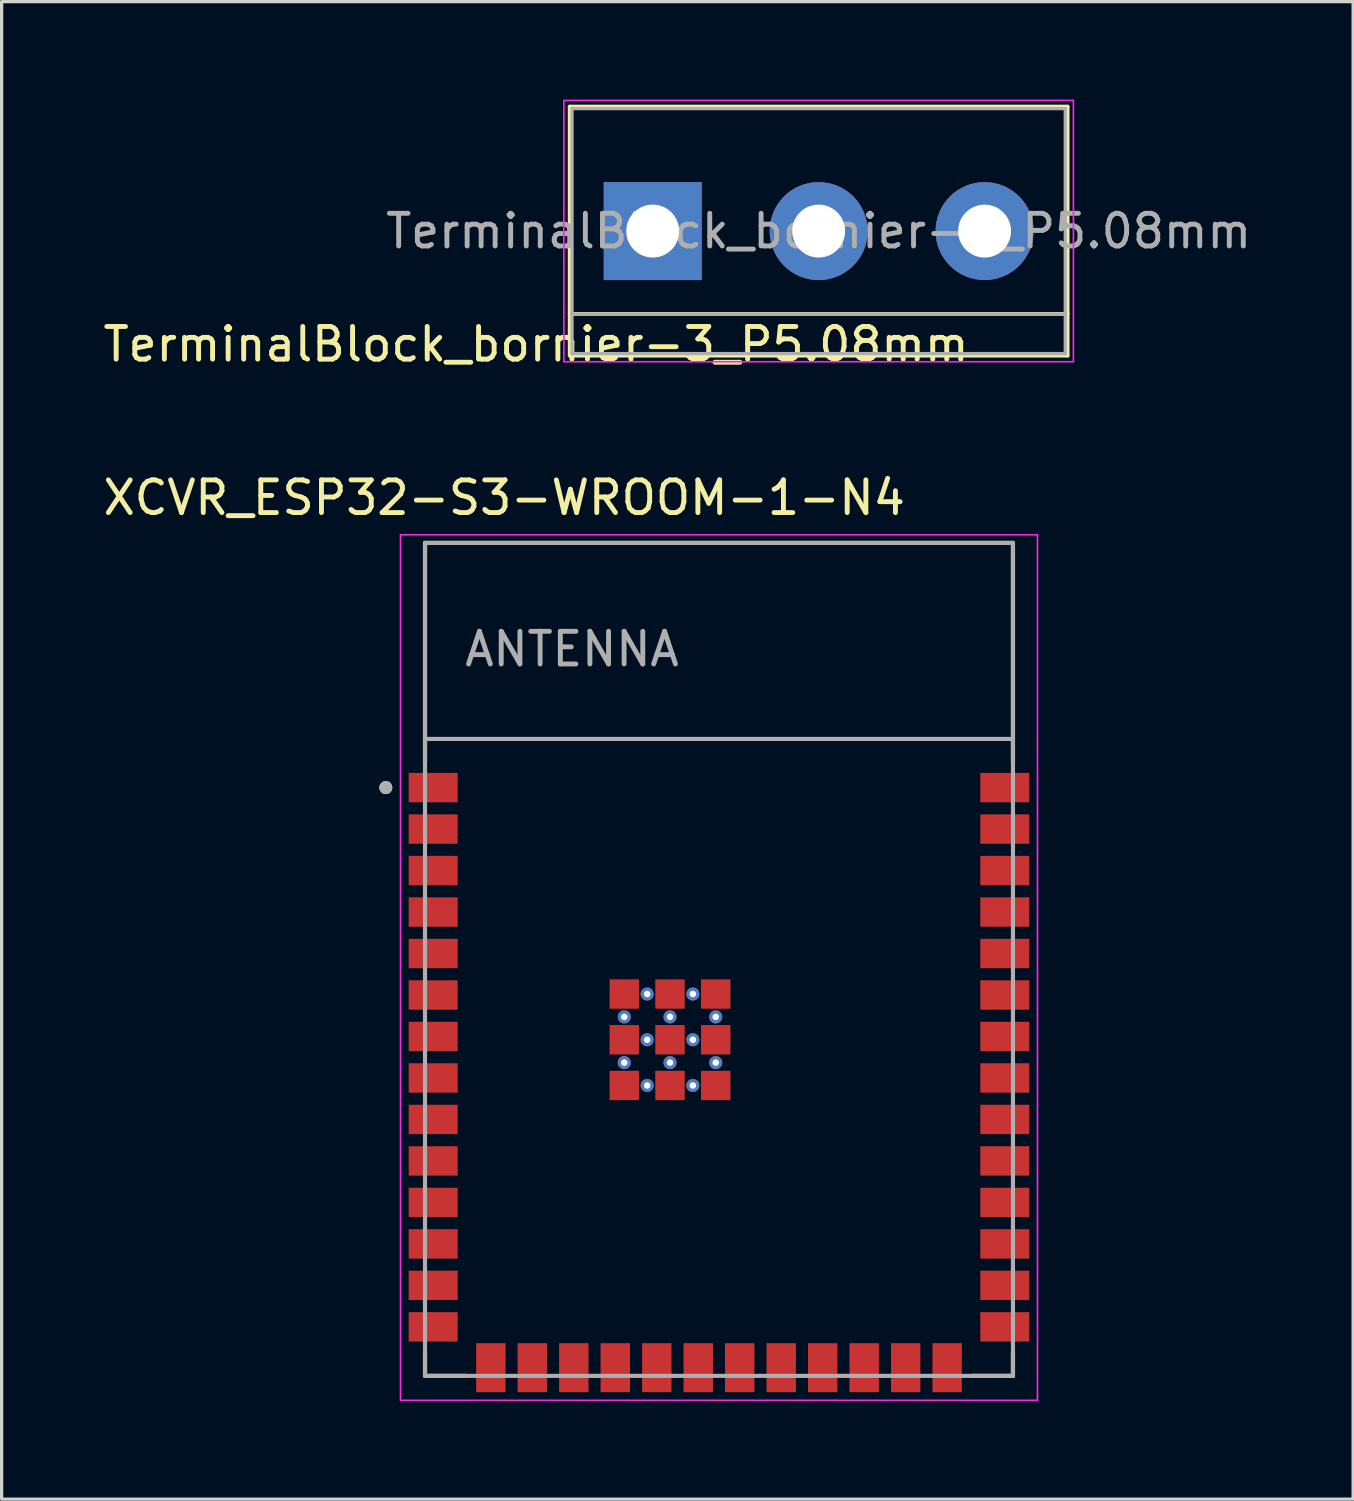
<source format=kicad_pcb>
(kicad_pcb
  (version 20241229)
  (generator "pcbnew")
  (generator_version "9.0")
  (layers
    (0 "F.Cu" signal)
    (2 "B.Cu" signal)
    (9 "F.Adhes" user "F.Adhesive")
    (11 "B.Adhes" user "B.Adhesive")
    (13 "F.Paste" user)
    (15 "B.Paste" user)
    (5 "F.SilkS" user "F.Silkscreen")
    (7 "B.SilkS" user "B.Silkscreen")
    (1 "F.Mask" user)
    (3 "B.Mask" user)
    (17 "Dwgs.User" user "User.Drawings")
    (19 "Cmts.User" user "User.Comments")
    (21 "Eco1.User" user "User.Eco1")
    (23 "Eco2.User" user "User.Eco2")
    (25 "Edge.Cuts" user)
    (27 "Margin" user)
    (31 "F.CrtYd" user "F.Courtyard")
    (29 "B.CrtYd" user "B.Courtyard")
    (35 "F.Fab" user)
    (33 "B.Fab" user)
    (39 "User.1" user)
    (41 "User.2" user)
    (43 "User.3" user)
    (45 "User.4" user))
  (footprint "TerminalBlock_bornier-3_P5.08mm"
    (layer "F.Cu")
    (at 22.013 3.065)
    (property "Reference" "TerminalBlock_bornier-3_P5.08mm" (at -8.65 4.425 0) (layer "F.SilkS") (effects (font (size 1 1) (thickness 0.15))))
    (attr through_hole)
    (fp_line (start -7.62 -2.85) (end 7.62 -2.85) (stroke (width 0.12) (type solid)) (layer "F.SilkS"))
    (fp_line (start -7.62 3.5) (end 7.62 3.5) (stroke (width 0.12) (type solid)) (layer "F.SilkS"))
    (fp_line (start -7.62 4.77) (end -7.62 -2.85) (stroke (width 0.12) (type solid)) (layer "F.SilkS"))
    (fp_line (start -7.62 4.77) (end 7.62 4.77) (stroke (width 0.12) (type solid)) (layer "F.SilkS"))
    (fp_line (start 7.62 4.77) (end 7.62 -2.85) (stroke (width 0.12) (type solid)) (layer "F.SilkS"))
    (fp_line (start -7.8 -3.04) (end -7.8 4.96) (stroke (width 0.05) (type solid)) (layer "F.CrtYd"))
    (fp_line (start -7.8 -3.04) (end 7.8 -3.04) (stroke (width 0.05) (type solid)) (layer "F.CrtYd"))
    (fp_line (start 7.8 4.96) (end -7.8 4.96) (stroke (width 0.05) (type solid)) (layer "F.CrtYd"))
    (fp_line (start 7.8 4.96) (end 7.8 -3.04) (stroke (width 0.05) (type solid)) (layer "F.CrtYd"))
    (fp_line (start -7.55 -2.79) (end 7.55 -2.79) (stroke (width 0.1) (type solid)) (layer "F.Fab"))
    (fp_line (start -7.55 3.51) (end 7.55 3.51) (stroke (width 0.1) (type solid)) (layer "F.Fab"))
    (fp_line (start -7.55 4.71) (end -7.55 -2.79) (stroke (width 0.1) (type solid)) (layer "F.Fab"))
    (fp_line (start 7.55 -2.79) (end 7.55 4.71) (stroke (width 0.1) (type solid)) (layer "F.Fab"))
    (fp_line (start 7.55 4.71) (end -7.55 4.71) (stroke (width 0.1) (type solid)) (layer "F.Fab"))
    (fp_text user "${REFERENCE}" (at 0 0.96 0) (layer "F.Fab") (effects (font (size 1 1) (thickness 0.15))))
    (pad "1" thru_hole rect (at -5.08 0.96) (size 3 3) (drill 1.62) (layers "*.Cu" "*.Mask"))
    (pad "2" thru_hole circle (at 0 0.96) (size 3 3) (drill 1.62) (layers "*.Cu" "*.Mask"))
    (pad "3" thru_hole circle (at 5.08 0.96) (size 3 3) (drill 1.62) (layers "*.Cu" "*.Mask")))
  (footprint "XCVR_ESP32-S3-WROOM-1-N4"
    (layer "F.Cu")
    (at 18.962 26.322)
    (property "Reference" "XCVR_ESP32-S3-WROOM-1-N4" (at -6.575 -14.135 0) (layer "F.SilkS") (effects (font (size 1 1) (thickness 0.15))))
    (attr smd)
    (fp_line (start -9 -12.75) (end 9 -12.75) (stroke (width 0.127) (type solid)) (layer "F.SilkS"))
    (fp_line (start -9 -6.03) (end -9 -12.75) (stroke (width 0.127) (type solid)) (layer "F.SilkS"))
    (fp_line (start -9 12.02) (end -9 12.75) (stroke (width 0.127) (type solid)) (layer "F.SilkS"))
    (fp_line (start -9 12.75) (end -7.755 12.75) (stroke (width 0.127) (type solid)) (layer "F.SilkS"))
    (fp_line (start 9 -12.75) (end 9 -6.03) (stroke (width 0.127) (type solid)) (layer "F.SilkS"))
    (fp_line (start 9 12.02) (end 9 12.75) (stroke (width 0.127) (type solid)) (layer "F.SilkS"))
    (fp_line (start 9 12.75) (end 7.755 12.75) (stroke (width 0.127) (type solid)) (layer "F.SilkS"))
    (fp_circle (center -10.2 -5.26) (end -10.1 -5.26) (stroke (width 0.2) (type solid)) (fill no) (layer "F.SilkS"))
    (fp_line (start -9.75 -13) (end 9.75 -13) (stroke (width 0.05) (type solid)) (layer "F.CrtYd"))
    (fp_line (start -9.75 13.5) (end -9.75 -13) (stroke (width 0.05) (type solid)) (layer "F.CrtYd"))
    (fp_line (start -9.75 13.5) (end 9.75 13.5) (stroke (width 0.05) (type solid)) (layer "F.CrtYd"))
    (fp_line (start 9.75 -13) (end 9.75 13.5) (stroke (width 0.05) (type solid)) (layer "F.CrtYd"))
    (fp_line (start -9 -12.75) (end 9 -12.75) (stroke (width 0.127) (type solid)) (layer "F.Fab"))
    (fp_line (start -9 -6.75) (end -9 -12.75) (stroke (width 0.127) (type solid)) (layer "F.Fab"))
    (fp_line (start -9 -6.75) (end 9 -6.75) (stroke (width 0.127) (type solid)) (layer "F.Fab"))
    (fp_line (start -9 12.75) (end -9 -6.75) (stroke (width 0.127) (type solid)) (layer "F.Fab"))
    (fp_line (start 9 -12.75) (end 9 -6.75) (stroke (width 0.127) (type solid)) (layer "F.Fab"))
    (fp_line (start 9 -6.75) (end 9 12.75) (stroke (width 0.127) (type solid)) (layer "F.Fab"))
    (fp_line (start 9 12.75) (end -9 12.75) (stroke (width 0.127) (type solid)) (layer "F.Fab"))
    (fp_circle (center -10.2 -5.26) (end -10.1 -5.26) (stroke (width 0.2) (type solid)) (fill no) (layer "F.Fab"))
    (fp_text user "ANTENNA" (at -4.5 -9.5 0) (layer "F.Fab") (effects (font (size 1 1) (thickness 0.15))))
    (pad "1" smd rect (at -8.75 -5.26) (size 1.5 0.9) (layers "F.Cu" "F.Mask" "F.Paste"))
    (pad "2" smd rect (at -8.75 -3.99) (size 1.5 0.9) (layers "F.Cu" "F.Mask" "F.Paste"))
    (pad "3" smd rect (at -8.75 -2.72) (size 1.5 0.9) (layers "F.Cu" "F.Mask" "F.Paste"))
    (pad "4" smd rect (at -8.75 -1.45) (size 1.5 0.9) (layers "F.Cu" "F.Mask" "F.Paste"))
    (pad "5" smd rect (at -8.75 -0.18) (size 1.5 0.9) (layers "F.Cu" "F.Mask" "F.Paste"))
    (pad "6" smd rect (at -8.75 1.09) (size 1.5 0.9) (layers "F.Cu" "F.Mask" "F.Paste"))
    (pad "7" smd rect (at -8.75 2.36) (size 1.5 0.9) (layers "F.Cu" "F.Mask" "F.Paste"))
    (pad "8" smd rect (at -8.75 3.63) (size 1.5 0.9) (layers "F.Cu" "F.Mask" "F.Paste"))
    (pad "9" smd rect (at -8.75 4.9) (size 1.5 0.9) (layers "F.Cu" "F.Mask" "F.Paste"))
    (pad "10" smd rect (at -8.75 6.17) (size 1.5 0.9) (layers "F.Cu" "F.Mask" "F.Paste"))
    (pad "11" smd rect (at -8.75 7.44) (size 1.5 0.9) (layers "F.Cu" "F.Mask" "F.Paste"))
    (pad "12" smd rect (at -8.75 8.71) (size 1.5 0.9) (layers "F.Cu" "F.Mask" "F.Paste"))
    (pad "13" smd rect (at -8.75 9.98) (size 1.5 0.9) (layers "F.Cu" "F.Mask" "F.Paste"))
    (pad "14" smd rect (at -8.75 11.25) (size 1.5 0.9) (layers "F.Cu" "F.Mask" "F.Paste"))
    (pad "15" smd rect (at -6.985 12.5) (size 0.9 1.5) (layers "F.Cu" "F.Mask" "F.Paste"))
    (pad "16" smd rect (at -5.715 12.5) (size 0.9 1.5) (layers "F.Cu" "F.Mask" "F.Paste"))
    (pad "17" smd rect (at -4.445 12.5) (size 0.9 1.5) (layers "F.Cu" "F.Mask" "F.Paste"))
    (pad "18" smd rect (at -3.175 12.5) (size 0.9 1.5) (layers "F.Cu" "F.Mask" "F.Paste"))
    (pad "19" smd rect (at -1.905 12.5) (size 0.9 1.5) (layers "F.Cu" "F.Mask" "F.Paste"))
    (pad "20" smd rect (at -0.635 12.5) (size 0.9 1.5) (layers "F.Cu" "F.Mask" "F.Paste"))
    (pad "21" smd rect (at 0.635 12.5) (size 0.9 1.5) (layers "F.Cu" "F.Mask" "F.Paste"))
    (pad "22" smd rect (at 1.905 12.5) (size 0.9 1.5) (layers "F.Cu" "F.Mask" "F.Paste"))
    (pad "23" smd rect (at 3.175 12.5) (size 0.9 1.5) (layers "F.Cu" "F.Mask" "F.Paste"))
    (pad "24" smd rect (at 4.445 12.5) (size 0.9 1.5) (layers "F.Cu" "F.Mask" "F.Paste"))
    (pad "25" smd rect (at 5.715 12.5) (size 0.9 1.5) (layers "F.Cu" "F.Mask" "F.Paste"))
    (pad "26" smd rect (at 6.985 12.5) (size 0.9 1.5) (layers "F.Cu" "F.Mask" "F.Paste"))
    (pad "27" smd rect (at 8.75 11.25) (size 1.5 0.9) (layers "F.Cu" "F.Mask" "F.Paste"))
    (pad "28" smd rect (at 8.75 9.98) (size 1.5 0.9) (layers "F.Cu" "F.Mask" "F.Paste"))
    (pad "29" smd rect (at 8.75 8.71) (size 1.5 0.9) (layers "F.Cu" "F.Mask" "F.Paste"))
    (pad "30" smd rect (at 8.75 7.44) (size 1.5 0.9) (layers "F.Cu" "F.Mask" "F.Paste"))
    (pad "31" smd rect (at 8.75 6.17) (size 1.5 0.9) (layers "F.Cu" "F.Mask" "F.Paste"))
    (pad "32" smd rect (at 8.75 4.9) (size 1.5 0.9) (layers "F.Cu" "F.Mask" "F.Paste"))
    (pad "33" smd rect (at 8.75 3.63) (size 1.5 0.9) (layers "F.Cu" "F.Mask" "F.Paste"))
    (pad "34" smd rect (at 8.75 2.36) (size 1.5 0.9) (layers "F.Cu" "F.Mask" "F.Paste"))
    (pad "35" smd rect (at 8.75 1.09) (size 1.5 0.9) (layers "F.Cu" "F.Mask" "F.Paste"))
    (pad "36" smd rect (at 8.75 -0.18) (size 1.5 0.9) (layers "F.Cu" "F.Mask" "F.Paste"))
    (pad "37" smd rect (at 8.75 -1.45) (size 1.5 0.9) (layers "F.Cu" "F.Mask" "F.Paste"))
    (pad "38" smd rect (at 8.75 -2.72) (size 1.5 0.9) (layers "F.Cu" "F.Mask" "F.Paste"))
    (pad "39" smd rect (at 8.75 -3.99) (size 1.5 0.9) (layers "F.Cu" "F.Mask" "F.Paste"))
    (pad "40" smd rect (at 8.75 -5.26) (size 1.5 0.9) (layers "F.Cu" "F.Mask" "F.Paste"))
    (pad "41_1" smd rect (at -1.5 2.46) (size 0.9 0.9) (layers "F.Cu" "F.Mask" "F.Paste"))
    (pad "41_2" smd rect (at -2.9 2.46) (size 0.9 0.9) (layers "F.Cu" "F.Mask" "F.Paste"))
    (pad "41_3" smd rect (at -0.1 2.46) (size 0.9 0.9) (layers "F.Cu" "F.Mask" "F.Paste"))
    (pad "41_4" smd rect (at -2.9 3.86) (size 0.9 0.9) (layers "F.Cu" "F.Mask" "F.Paste"))
    (pad "41_5" smd rect (at -1.5 3.86) (size 0.9 0.9) (layers "F.Cu" "F.Mask" "F.Paste"))
    (pad "41_6" smd rect (at -0.1 3.86) (size 0.9 0.9) (layers "F.Cu" "F.Mask" "F.Paste"))
    (pad "41_7" smd rect (at -2.9 1.06) (size 0.9 0.9) (layers "F.Cu" "F.Mask" "F.Paste"))
    (pad "41_8" smd rect (at -1.5 1.06) (size 0.9 0.9) (layers "F.Cu" "F.Mask" "F.Paste"))
    (pad "41_9" smd rect (at -0.1 1.06) (size 0.9 0.9) (layers "F.Cu" "F.Mask" "F.Paste"))
    (pad "41_10" thru_hole circle (at -1.5 1.76) (size 0.4 0.4) (drill 0.2) (layers "*.Cu"))
    (pad "41_11" thru_hole circle (at -2.9 1.76) (size 0.4 0.4) (drill 0.2) (layers "*.Cu"))
    (pad "41_12" thru_hole circle (at -0.1 1.76) (size 0.4 0.4) (drill 0.2) (layers "*.Cu"))
    (pad "41_13" thru_hole circle (at -2.9 3.16) (size 0.4 0.4) (drill 0.2) (layers "*.Cu"))
    (pad "41_14" thru_hole circle (at -1.5 3.16) (size 0.4 0.4) (drill 0.2) (layers "*.Cu"))
    (pad "41_15" thru_hole circle (at -0.1 3.16) (size 0.4 0.4) (drill 0.2) (layers "*.Cu"))
    (pad "41_16" thru_hole circle (at -2.2 1.06) (size 0.4 0.4) (drill 0.2) (layers "*.Cu"))
    (pad "41_17" thru_hole circle (at -0.8 1.06) (size 0.4 0.4) (drill 0.2) (layers "*.Cu"))
    (pad "41_18" thru_hole circle (at -2.2 2.46) (size 0.4 0.4) (drill 0.2) (layers "*.Cu"))
    (pad "41_19" thru_hole circle (at -0.8 2.46) (size 0.4 0.4) (drill 0.2) (layers "*.Cu"))
    (pad "41_20" thru_hole circle (at -2.2 3.86) (size 0.4 0.4) (drill 0.2) (layers "*.Cu"))
    (pad "41_21" thru_hole circle (at -0.8 3.86) (size 0.4 0.4) (drill 0.2) (layers "*.Cu"))
    (zone (net_name "") (layer "F.Cu") (hatch full 0.508) (connect_pads) (min_thickness 0.01) (filled_areas_thickness no) (keepout (tracks not_allowed) (vias not_allowed) (pads not_allowed) (copperpour not_allowed) (footprints allowed)) (placement (enabled no)) (fill) (polygon (pts (xy 9.962 13.572) (xy 27.962 13.572) (xy 27.962 19.572) (xy 9.962 19.572))))
    (zone (net_name "") (layers "F.Cu" "B.Cu") (hatch full 0.508) (connect_pads) (min_thickness 0.01) (filled_areas_thickness no) (keepout (tracks allowed) (vias not_allowed) (pads allowed) (copperpour allowed) (footprints allowed)) (placement (enabled no)) (fill) (polygon (pts (xy 9.962 13.572) (xy 27.962 13.572) (xy 27.962 19.572) (xy 9.962 19.572))))
    (zone (net_name "") (layer "B.Cu") (hatch full 0.508) (connect_pads) (min_thickness 0.01) (filled_areas_thickness no) (keepout (tracks not_allowed) (vias not_allowed) (pads not_allowed) (copperpour not_allowed) (footprints allowed)) (placement (enabled no)) (fill) (polygon (pts (xy 9.962 13.572) (xy 27.962 13.572) (xy 27.962 19.572) (xy 9.962 19.572)))))
  (gr_rect
    (start -3 -3)
    (end 38.376 42.846)
    (stroke (width 0.1) (type default))
    (fill no)
    (layer "Edge.Cuts")))
</source>
